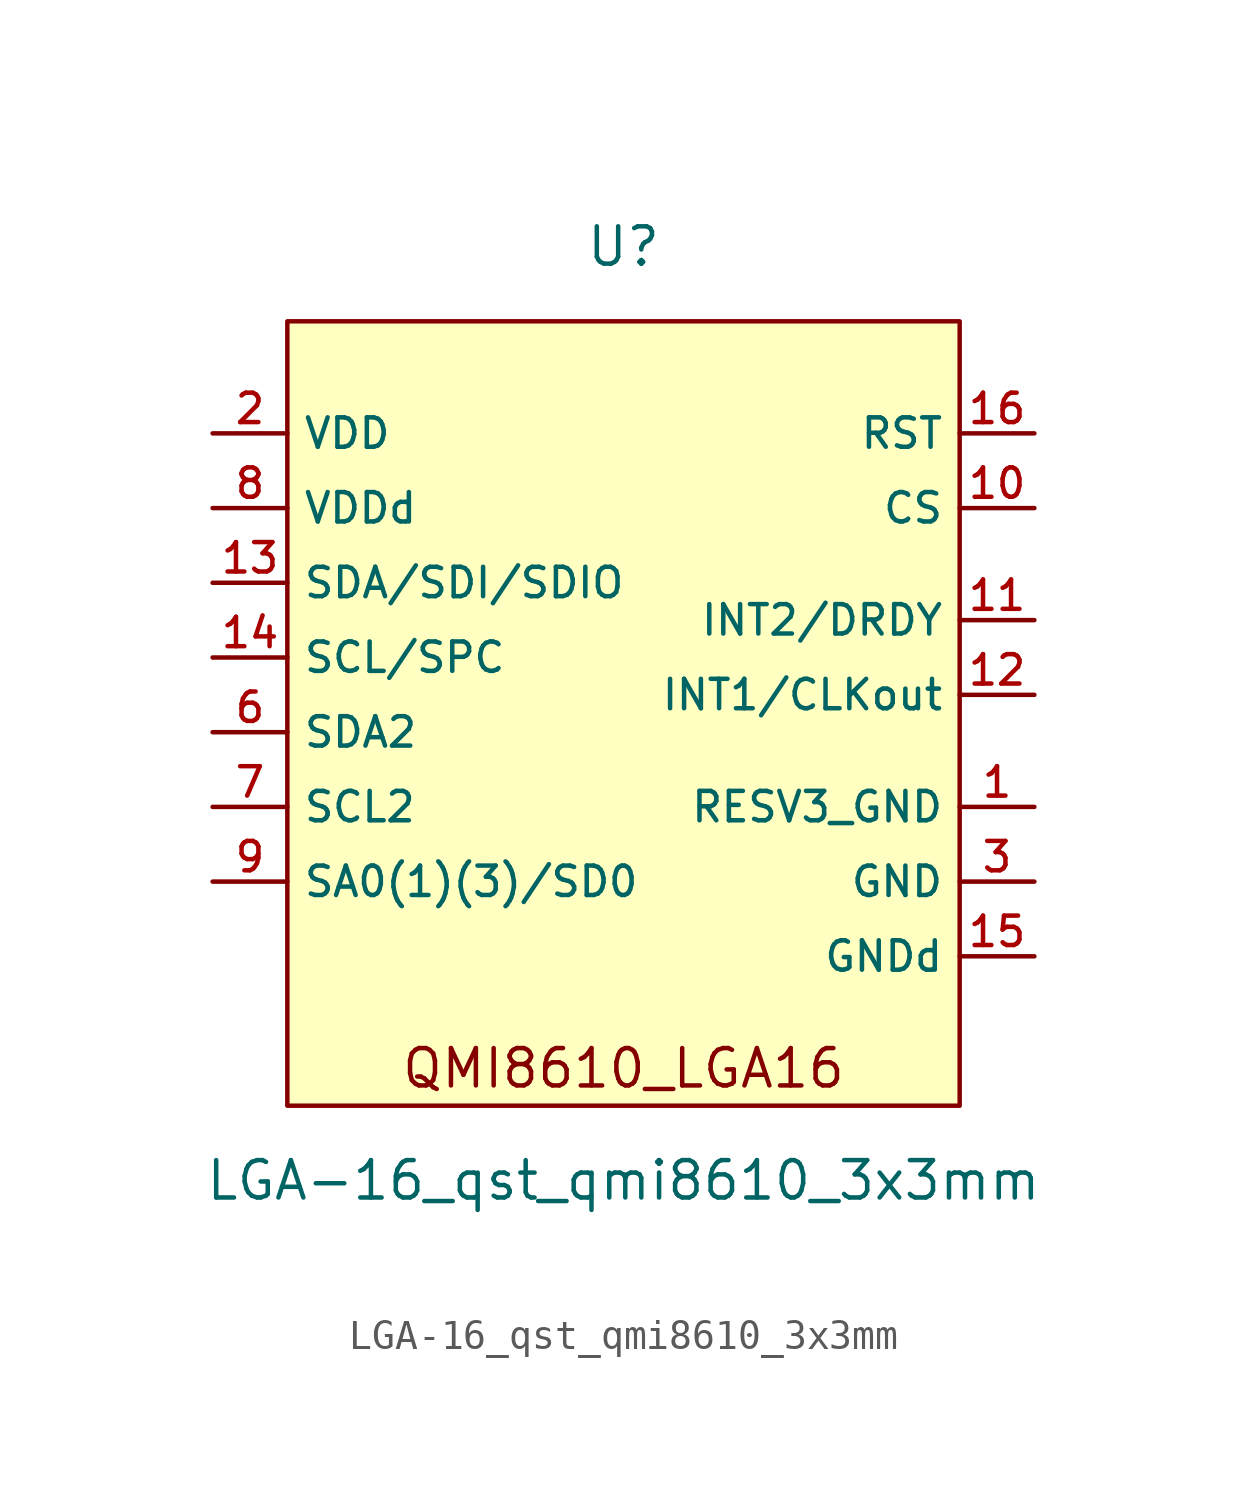
<source format=kicad_sym>
(kicad_symbol_lib
  (version 20211014)
  (generator kicad_symbol_editor)
  (symbol "LGA-16_qst_qmi8610_3x3mm"
    (property "Reference" "U"
      (at 0 13.97 0)
      (effects (font (size 1.27 1.27))))
    (property "Value" "LGA-16_qst_qmi8610_3x3mm"
      (at 0 -17.78 0)
      (effects (font (size 1.27 1.27))))
    (symbol "LGA-16_qst_qmi8610_3x3mm_0_0"
      (text "QMI8610_LGA16" (at 0 -13.97 0) (effects (font (size 1.27 1.27)))))
    (symbol "LGA-16_qst_qmi8610_3x3mm_0_1"
      (rectangle (start -11.43 11.43) (end 11.43 -15.24) (stroke (width 0) (type default) (color 0 0 0 0)) (fill (type background))))
    (symbol "LGA-16_qst_qmi8610_3x3mm_1_1"
      (pin input line (at 13.97 -5.08 180) (length 2.54) (name "RESV3_GND" (effects (font (size 1 1)))) (number "1" (effects (font (size 1 1)))))
      (pin input line (at 13.97 5.08 180) (length 2.54) (name "CS" (effects (font (size 1 1)))) (number "10" (effects (font (size 1 1)))))
      (pin input line (at 13.97 1.27 180) (length 2.54) (name "INT2/DRDY" (effects (font (size 1 1)))) (number "11" (effects (font (size 1 1)))))
      (pin input line (at 13.97 -1.27 180) (length 2.54) (name "INT1/CLKout" (effects (font (size 1 1)))) (number "12" (effects (font (size 1 1)))))
      (pin input line (at -13.97 2.54 0) (length 2.54) (name "SDA/SDI/SDIO" (effects (font (size 1 1)))) (number "13" (effects (font (size 1 1)))))
      (pin input line (at -13.97 0 0) (length 2.54) (name "SCL/SPC" (effects (font (size 1 1)))) (number "14" (effects (font (size 1 1)))))
      (pin input line (at 13.97 -10.16 180) (length 2.54) (name "GNDd" (effects (font (size 1 1)))) (number "15" (effects (font (size 1 1)))))
      (pin input line (at 13.97 7.62 180) (length 2.54) (name "RST" (effects (font (size 1 1)))) (number "16" (effects (font (size 1 1)))))
      (pin input line (at -13.97 7.62 0) (length 2.54) (name "VDD" (effects (font (size 1 1)))) (number "2" (effects (font (size 1 1)))))
      (pin input line (at 13.97 -7.62 180) (length 2.54) (name "GND" (effects (font (size 1 1)))) (number "3" (effects (font (size 1 1)))))
      (pin input line (at -13.97 -2.54 0) (length 2.54) (name "SDA2" (effects (font (size 1 1)))) (number "6" (effects (font (size 1 1)))))
      (pin input line (at -13.97 -5.08 0) (length 2.54) (name "SCL2" (effects (font (size 1 1)))) (number "7" (effects (font (size 1 1)))))
      (pin input line (at -13.97 5.08 0) (length 2.54) (name "VDDd" (effects (font (size 1 1)))) (number "8" (effects (font (size 1 1)))))
      (pin input line (at -13.97 -7.62 0) (length 2.54) (name "SA0(1)(3)/SD0" (effects (font (size 1 1)))) (number "9" (effects (font (size 1 1))))))))
</source>
